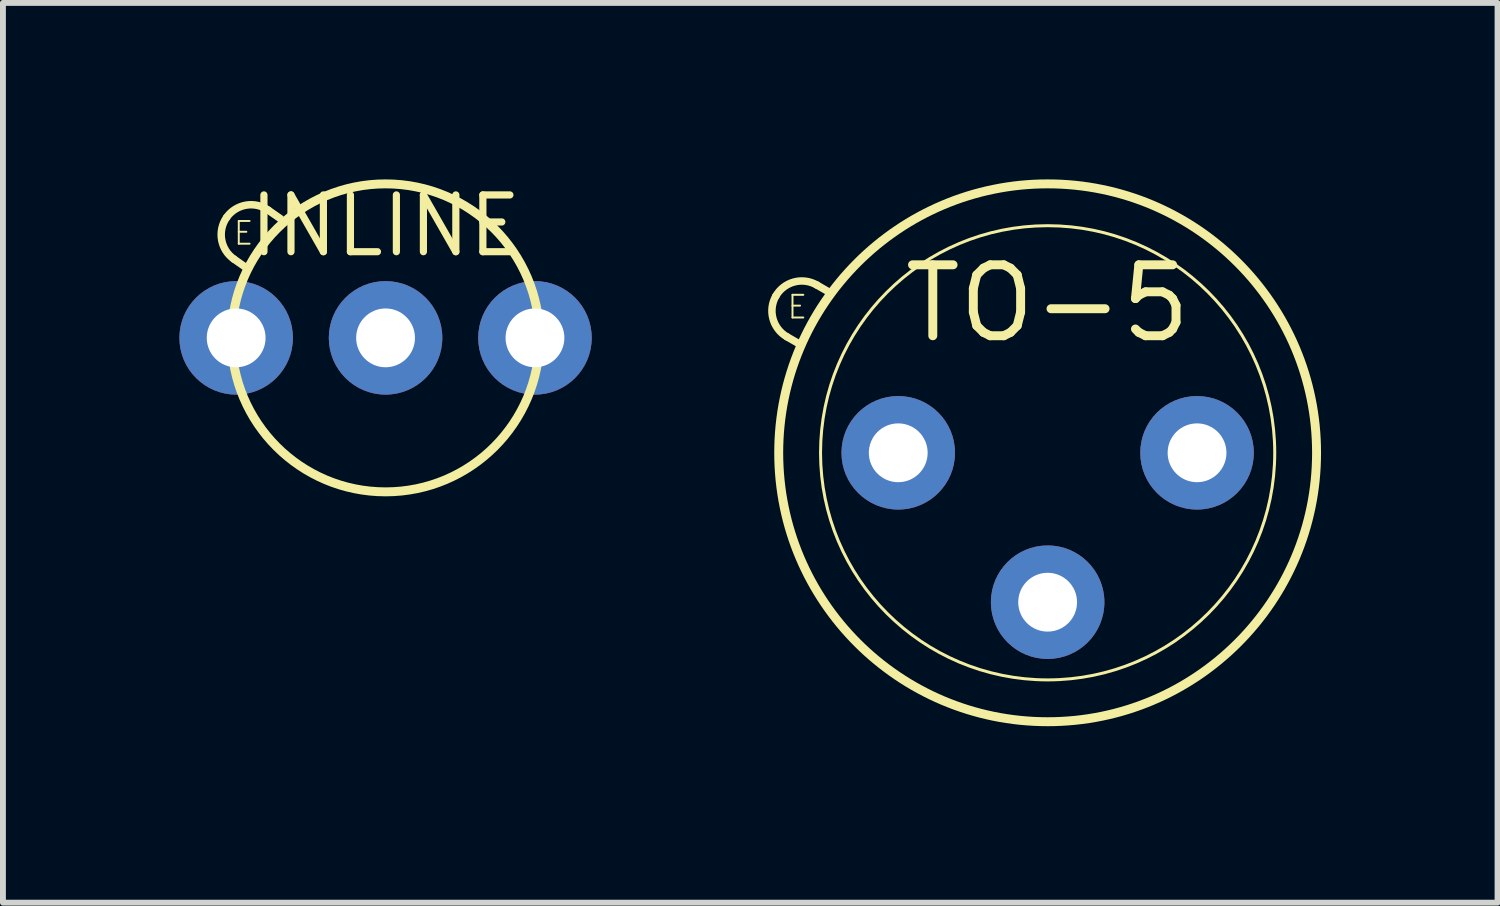
<source format=kicad_pcb>
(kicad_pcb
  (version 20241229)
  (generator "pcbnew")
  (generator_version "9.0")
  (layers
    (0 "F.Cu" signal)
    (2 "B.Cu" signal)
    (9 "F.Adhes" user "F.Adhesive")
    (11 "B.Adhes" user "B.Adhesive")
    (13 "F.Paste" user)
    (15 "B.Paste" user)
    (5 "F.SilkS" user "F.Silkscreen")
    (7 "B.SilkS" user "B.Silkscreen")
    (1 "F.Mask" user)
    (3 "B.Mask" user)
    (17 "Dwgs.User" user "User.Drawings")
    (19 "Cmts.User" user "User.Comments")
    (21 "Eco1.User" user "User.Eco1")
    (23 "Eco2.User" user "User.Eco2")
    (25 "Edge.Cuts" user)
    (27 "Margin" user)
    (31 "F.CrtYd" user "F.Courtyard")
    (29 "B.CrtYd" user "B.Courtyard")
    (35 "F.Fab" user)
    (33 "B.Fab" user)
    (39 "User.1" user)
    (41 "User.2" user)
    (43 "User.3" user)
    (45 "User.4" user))
  (footprint "INLINE"
    (layer "F.Cu")
    (at 3.505 2.694)
    (property "Reference" "INLINE" (at 0 -1.905 0) (layer "F.SilkS") (effects (font (size 0.965 0.965) (thickness 0.122))))
    (attr through_hole)
    (fp_line (start -2.37 -1.194) (end -2.578 -1.339) (stroke (width 0.127) (type solid)) (layer "F.SilkS"))
    (fp_line (start -1.995 -2.171) (end -1.787 -2.026) (stroke (width 0.127) (type solid)) (layer "F.SilkS"))
    (fp_arc (start -2.702638 -2.046709) (mid -2.37472 -2.255616) (end -1.995128 -2.171463) (stroke (width 0.127) (type solid)) (layer "F.SilkS"))
    (fp_arc (start -2.577888 -1.339203) (mid -2.786792 -1.667119) (end -2.702638 -2.046709) (stroke (width 0.127) (type solid)) (layer "F.SilkS"))
    (fp_circle (center 0 0) (end 2.618 0) (stroke (width 0.152) (type solid)) (fill no) (layer "F.SilkS"))
    (fp_text user "E" (at -2.413 -1.778 0) (layer "F.SilkS") (effects (font (size 0.386 0.386) (thickness 0.033))))
    (pad "1" thru_hole oval (at -2.54 0 270) (size 1.93 1.93) (drill 1) (layers "*.Cu" "*.Mask"))
    (pad "2" thru_hole oval (at 0 0 270) (size 1.93 1.93) (drill 1) (layers "*.Cu" "*.Mask"))
    (pad "3" thru_hole oval (at 2.54 0 270) (size 1.93 1.93) (drill 1) (layers "*.Cu" "*.Mask")))
  (footprint "TO-5"
    (layer "F.Cu")
    (at 14.761 4.648)
    (property "Reference" "TO-5" (at 0 -2.54 0) (layer "F.SilkS") (effects (font (size 1.206 1.206) (thickness 0.152))))
    (attr through_hole)
    (fp_line (start -4.213 -1.846) (end -4.433 -1.973) (stroke (width 0.127) (type solid)) (layer "F.SilkS"))
    (fp_line (start -3.925 -2.853) (end -3.705 -2.726) (stroke (width 0.127) (type solid)) (layer "F.SilkS"))
    (fp_arc (start -4.619372 -2.666997) (mid -4.310909 -2.903688) (end -3.925427 -2.852938) (stroke (width 0.127) (type solid)) (layer "F.SilkS"))
    (fp_arc (start -4.433431 -1.973056) (mid -4.67012 -2.281517) (end -4.61937 -2.666997) (stroke (width 0.127) (type solid)) (layer "F.SilkS"))
    (fp_circle (center 0 0) (end 3.861 0) (stroke (width 0.051) (type solid)) (fill no) (layer "F.SilkS"))
    (fp_circle (center 0 0) (end 4.572 0) (stroke (width 0.152) (type solid)) (fill no) (layer "F.SilkS"))
    (fp_text user "E" (at -4.255 -2.477 0) (layer "F.SilkS") (effects (font (size 0.386 0.386) (thickness 0.033))))
    (pad "1" thru_hole oval (at -2.54 0 270) (size 1.93 1.93) (drill 1) (layers "*.Cu" "*.Mask"))
    (pad "2" thru_hole oval (at 0 2.54 270) (size 1.93 1.93) (drill 1) (layers "*.Cu" "*.Mask"))
    (pad "3" thru_hole oval (at 2.54 0 270) (size 1.93 1.93) (drill 1) (layers "*.Cu" "*.Mask")))
  (gr_rect
    (start -3 -3)
    (end 22.41 12.296)
    (stroke (width 0.1) (type default))
    (fill no)
    (layer "Edge.Cuts")))
</source>
